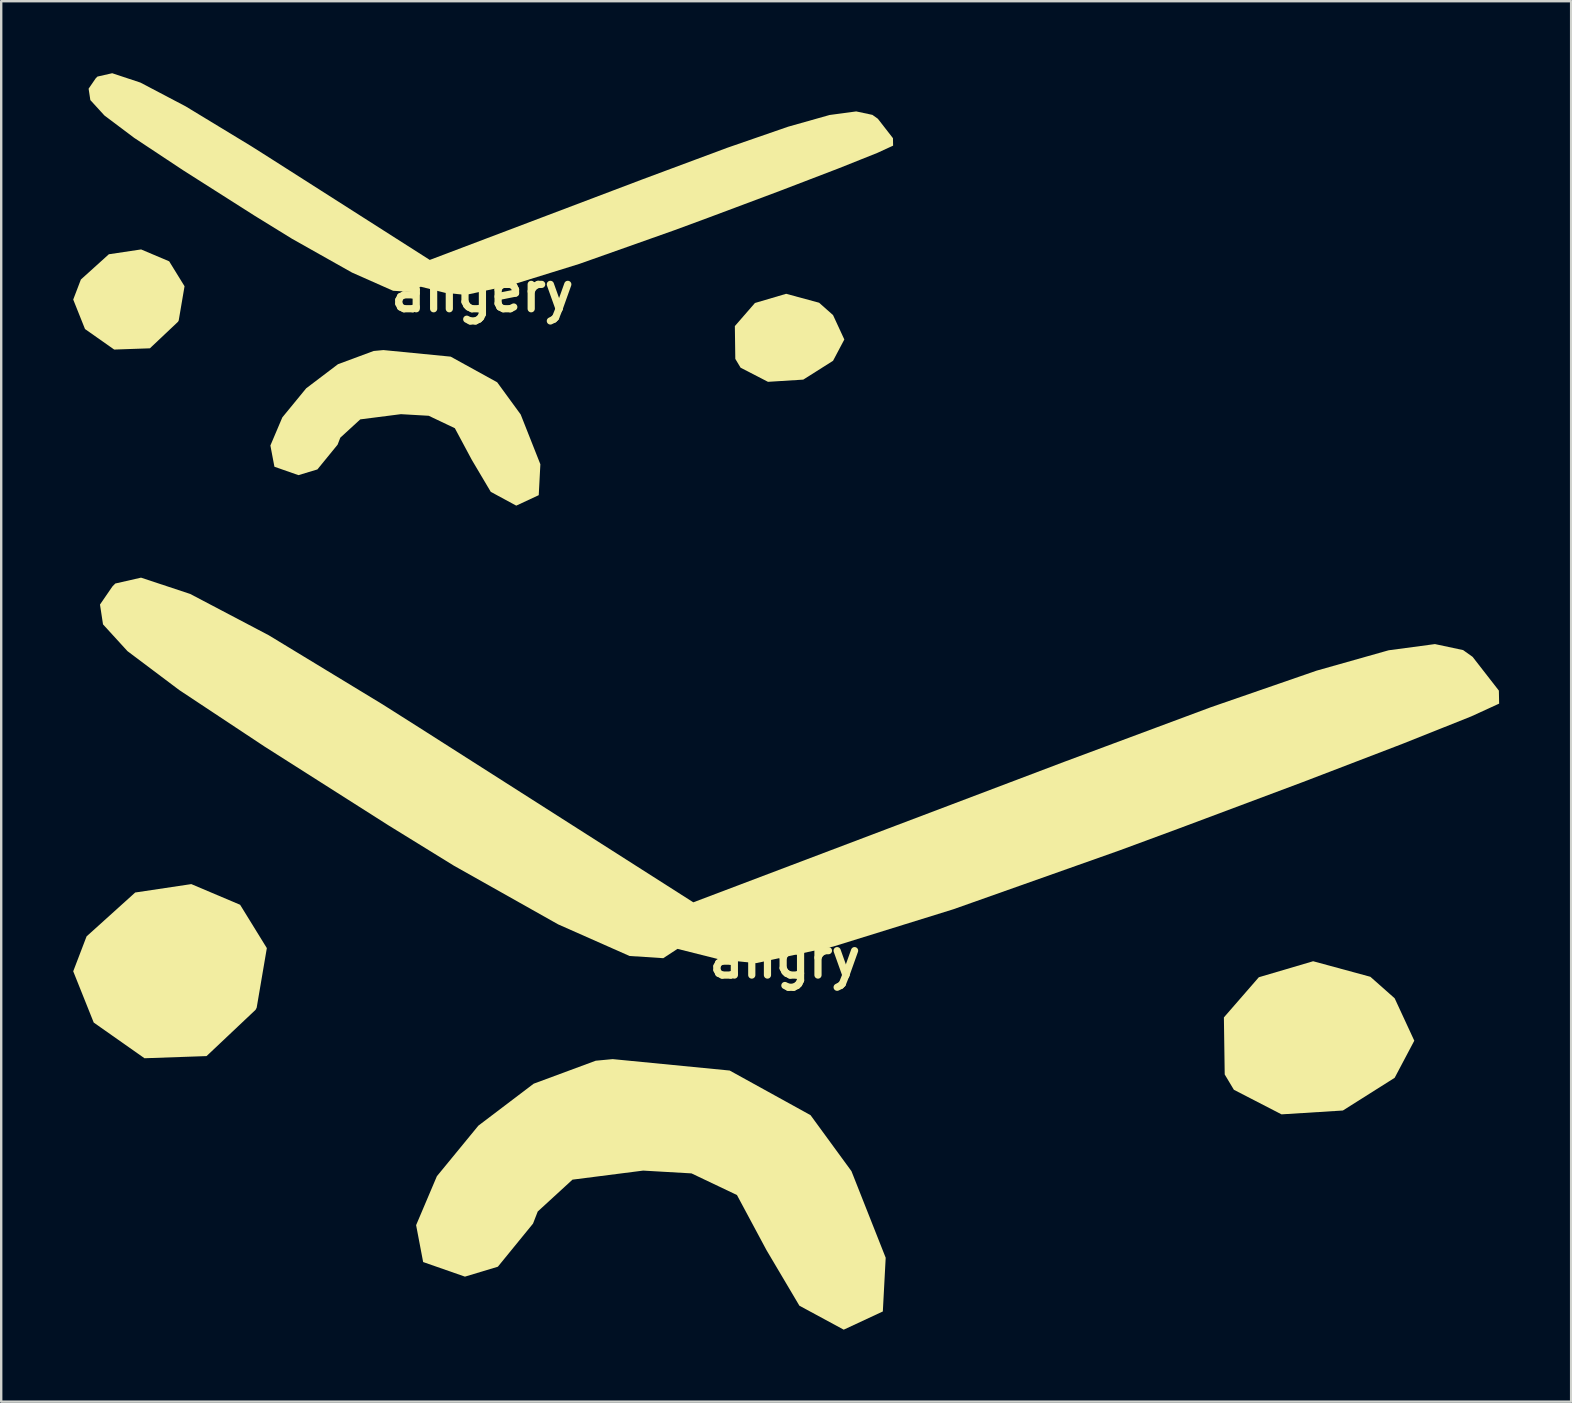
<source format=kicad_pcb>
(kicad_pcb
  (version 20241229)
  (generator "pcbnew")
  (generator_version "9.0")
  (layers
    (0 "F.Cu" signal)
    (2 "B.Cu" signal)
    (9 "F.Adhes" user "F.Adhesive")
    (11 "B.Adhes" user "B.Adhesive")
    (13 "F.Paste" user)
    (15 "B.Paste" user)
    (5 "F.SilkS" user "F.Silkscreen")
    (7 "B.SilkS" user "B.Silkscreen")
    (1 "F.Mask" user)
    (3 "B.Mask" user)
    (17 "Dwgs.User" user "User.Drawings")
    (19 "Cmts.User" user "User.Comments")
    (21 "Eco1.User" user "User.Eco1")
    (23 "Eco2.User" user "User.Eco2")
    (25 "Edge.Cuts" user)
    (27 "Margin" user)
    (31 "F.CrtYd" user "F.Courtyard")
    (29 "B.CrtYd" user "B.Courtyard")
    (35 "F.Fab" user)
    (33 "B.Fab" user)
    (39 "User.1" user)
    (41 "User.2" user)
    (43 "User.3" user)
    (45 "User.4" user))
  (footprint "angery"
    (layer "F.Cu")
    (at 17.045 9.122)
    (property "Reference" "angery" (at 0 0 0) (layer "F.SilkS") (effects (font (size 1.524 1.524) (thickness 0.3))))
    (attr board_only exclude_from_pos_files exclude_from_bom)
    (fp_poly (pts (xy -13.048 -1.287) (xy -12.408 -0.249) (xy -12.651 1.178) (xy -12.678 1.229) (xy -13.851 2.337) (xy -15.338 2.389) (xy -16.554 1.534) (xy -17.045 0.306) (xy -16.726 -0.529) (xy -15.561 -1.581) (xy -14.217 -1.782)) (stroke (width 0) (type solid)) (fill yes) (layer "F.SilkS"))
    (fp_poly (pts (xy 14.024 0.438) (xy 14.605 0.953) (xy 15.075 1.969) (xy 14.605 2.857) (xy 13.365 3.641) (xy 11.895 3.733) (xy 10.754 3.144) (xy 10.534 2.777) (xy 10.515 1.411) (xy 11.352 0.449) (xy 12.652 0.066)) (stroke (width 0) (type solid)) (fill yes) (layer "F.SilkS"))
    (fp_poly (pts (xy -1.322 2.684) (xy 0.615 3.752) (xy 1.594 5.093) (xy 2.414 7.167) (xy 2.346 8.454) (xy 1.409 8.89) (xy 0.348 8.316) (xy -0.441 6.985) (xy -1.148 5.665) (xy -2.237 5.147) (xy -3.395 5.08) (xy -5.088 5.297) (xy -5.92 6.06) (xy -6.032 6.35) (xy -6.874 7.382) (xy -7.663 7.62) (xy -8.664 7.27) (xy -8.832 6.386) (xy -8.335 5.215) (xy -7.341 4.003) (xy -6.017 2.999) (xy -4.531 2.448) (xy -4.124 2.41)) (stroke (width 0) (type solid)) (fill yes) (layer "F.SilkS"))
    (fp_poly (pts (xy -14.243 -8.731) (xy -12.362 -7.742) (xy -9.637 -6.088) (xy -8.752 -5.527) (xy -2.193 -1.345) (xy 6.682 -4.707) (xy 10.203 -6.018) (xy 12.734 -6.894) (xy 14.462 -7.382) (xy 15.57 -7.531) (xy 16.245 -7.387) (xy 16.472 -7.225) (xy 17.101 -6.416) (xy 17.107 -6.105) (xy 16.443 -5.8) (xy 14.802 -5.145) (xy 12.4 -4.224) (xy 9.456 -3.121) (xy 8.013 -2.588) (xy 4.035 -1.179) (xy 1.153 -0.285) (xy -0.692 0.112) (xy -1.557 0.025) (xy -1.559 0.024) (xy -2.572 -0.23) (xy -2.913 -0.008) (xy -3.721 -0.06) (xy -5.431 -0.818) (xy -7.928 -2.224) (xy -9.492 -3.188) (xy -12.468 -5.08) (xy -14.505 -6.429) (xy -15.746 -7.362) (xy -16.332 -8.003) (xy -16.404 -8.478) (xy -16.106 -8.912) (xy -16.037 -8.982) (xy -15.421 -9.122)) (stroke (width 0) (type solid)) (fill yes) (layer "F.SilkS")))
  (footprint "angry"
    (layer "F.Cu")
    (at 29.644 36.876)
    (property "Reference" "angry" (at 0 0 0) (layer "F.SilkS") (effects (font (size 1.524 1.524) (thickness 0.3))))
    (attr board_only exclude_from_pos_files exclude_from_bom)
    (fp_poly (pts (xy -22.692 -2.238) (xy -21.579 -0.433) (xy -22.002 2.048) (xy -22.049 2.138) (xy -24.09 4.065) (xy -26.675 4.155) (xy -28.79 2.668) (xy -29.644 0.533) (xy -29.088 -0.921) (xy -27.062 -2.749) (xy -24.725 -3.099)) (stroke (width 0) (type solid)) (fill yes) (layer "F.SilkS"))
    (fp_poly (pts (xy 24.389 0.762) (xy 25.4 1.657) (xy 26.218 3.424) (xy 25.4 4.97) (xy 23.243 6.332) (xy 20.687 6.492) (xy 18.703 5.468) (xy 18.321 4.83) (xy 18.287 2.454) (xy 19.742 0.781) (xy 22.004 0.114)) (stroke (width 0) (type solid)) (fill yes) (layer "F.SilkS"))
    (fp_poly (pts (xy -2.299 4.667) (xy 1.069 6.526) (xy 2.773 8.858) (xy 4.199 12.465) (xy 4.08 14.703) (xy 2.451 15.461) (xy 0.605 14.463) (xy -0.766 12.148) (xy -1.997 9.852) (xy -3.89 8.951) (xy -5.904 8.835) (xy -8.848 9.212) (xy -10.295 10.539) (xy -10.491 11.043) (xy -11.956 12.839) (xy -13.327 13.252) (xy -15.068 12.644) (xy -15.361 11.107) (xy -14.496 9.069) (xy -12.767 6.962) (xy -10.464 5.215) (xy -7.88 4.258) (xy -7.173 4.191)) (stroke (width 0) (type solid)) (fill yes) (layer "F.SilkS"))
    (fp_poly (pts (xy -24.771 -15.185) (xy -21.5 -13.465) (xy -16.76 -10.587) (xy -15.221 -9.612) (xy -3.814 -2.34) (xy 11.621 -8.187) (xy 17.745 -10.467) (xy 22.147 -11.99) (xy 25.151 -12.839) (xy 27.078 -13.097) (xy 28.251 -12.847) (xy 28.647 -12.565) (xy 29.741 -11.159) (xy 29.752 -10.617) (xy 28.596 -10.087) (xy 25.742 -8.948) (xy 21.566 -7.346) (xy 16.445 -5.428) (xy 13.936 -4.501) (xy 7.018 -2.051) (xy 2.005 -0.495) (xy -1.203 0.194) (xy -2.708 0.044) (xy -2.711 0.042) (xy -4.473 -0.401) (xy -5.067 -0.013) (xy -6.471 -0.105) (xy -9.445 -1.422) (xy -13.789 -3.867) (xy -16.508 -5.544) (xy -21.683 -8.834) (xy -25.226 -11.181) (xy -27.384 -12.803) (xy -28.403 -13.918) (xy -28.529 -14.744) (xy -28.01 -15.499) (xy -27.891 -15.62) (xy -26.819 -15.864)) (stroke (width 0) (type solid)) (fill yes) (layer "F.SilkS")))
  (gr_rect
    (start -3 -3)
    (end 62.395 55.337)
    (stroke (width 0.1) (type default))
    (fill no)
    (layer "Edge.Cuts")))
</source>
